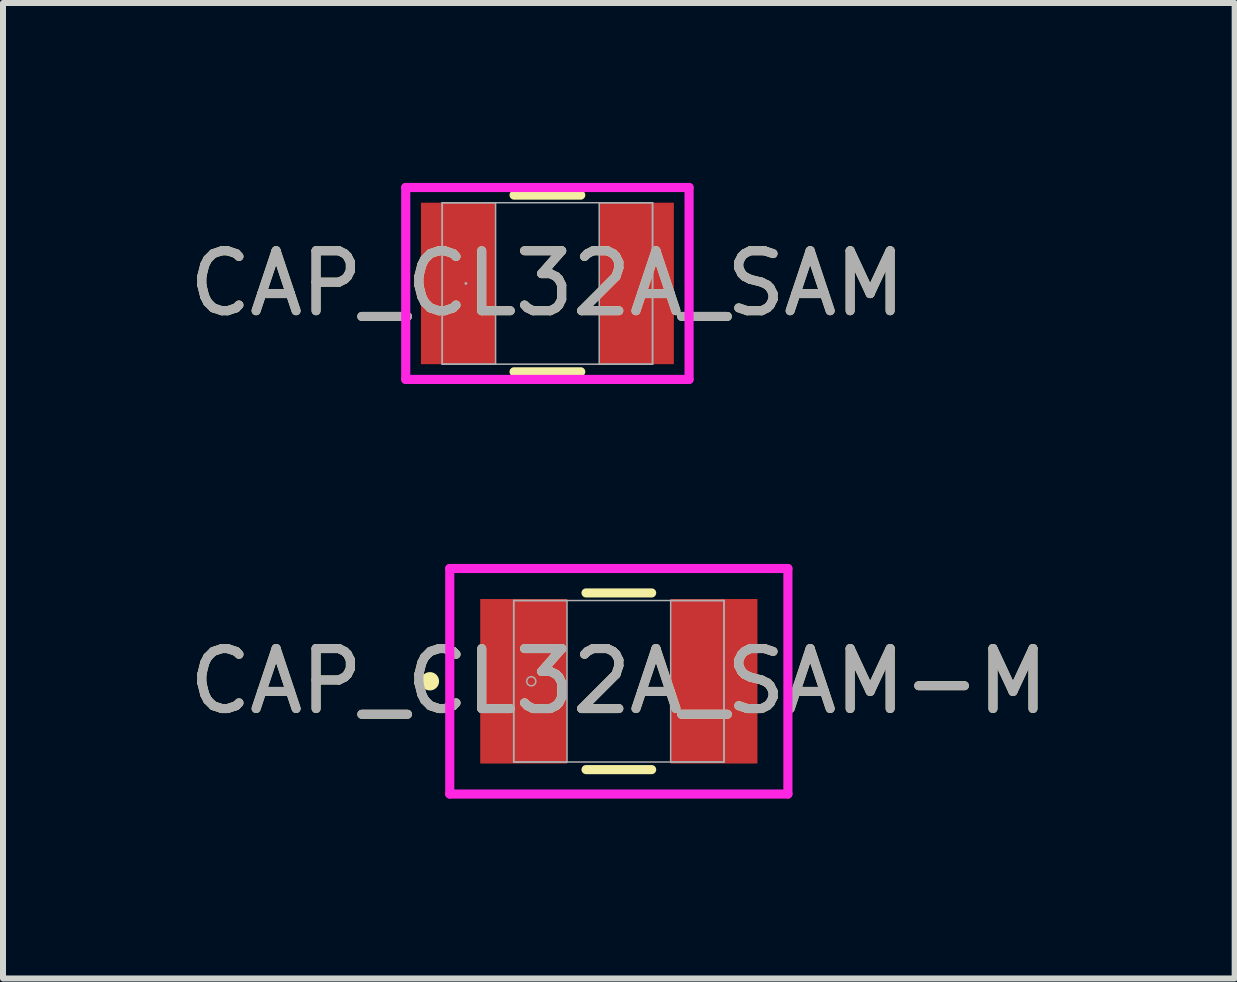
<source format=kicad_pcb>
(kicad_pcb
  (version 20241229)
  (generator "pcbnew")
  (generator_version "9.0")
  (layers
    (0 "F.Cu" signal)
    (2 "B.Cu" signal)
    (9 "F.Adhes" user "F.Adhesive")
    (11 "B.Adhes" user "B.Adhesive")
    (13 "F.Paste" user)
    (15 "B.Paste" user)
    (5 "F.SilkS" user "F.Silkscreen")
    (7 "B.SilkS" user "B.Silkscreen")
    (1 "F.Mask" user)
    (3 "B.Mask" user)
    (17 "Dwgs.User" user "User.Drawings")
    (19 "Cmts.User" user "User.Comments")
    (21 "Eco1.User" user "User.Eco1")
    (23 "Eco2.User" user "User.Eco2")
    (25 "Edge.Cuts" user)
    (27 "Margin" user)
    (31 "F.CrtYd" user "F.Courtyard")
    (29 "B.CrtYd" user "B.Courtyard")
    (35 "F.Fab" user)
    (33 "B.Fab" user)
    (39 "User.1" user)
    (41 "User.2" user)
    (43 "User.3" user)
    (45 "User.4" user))
  (footprint "CAP_CL32A_SAM-M"
    (layer "F.Cu")
    (at 7.268 8.309)
    (property "Reference" "CAP_CL32A_SAM-M" (at 0 0 0) (unlocked yes) (layer "F.SilkS") (effects (font (size 1 1) (thickness 0.15))))
    (attr smd)
    (fp_line (start -0.547 1.473) (end 0.547 1.473) (stroke (width 0.152) (type solid)) (layer "F.SilkS"))
    (fp_line (start 0.547 -1.473) (end -0.547 -1.473) (stroke (width 0.152) (type solid)) (layer "F.SilkS"))
    (fp_circle (center -3.15 0) (end -3.073 0) (stroke (width 0.152) (type solid)) (fill no) (layer "F.SilkS"))
    (fp_line (start -2.819 -1.88) (end 2.819 -1.88) (stroke (width 0.152) (type solid)) (layer "F.CrtYd"))
    (fp_line (start -2.819 1.88) (end -2.819 -1.88) (stroke (width 0.152) (type solid)) (layer "F.CrtYd"))
    (fp_line (start 2.819 -1.88) (end 2.819 1.88) (stroke (width 0.152) (type solid)) (layer "F.CrtYd"))
    (fp_line (start 2.819 1.88) (end -2.819 1.88) (stroke (width 0.152) (type solid)) (layer "F.CrtYd"))
    (fp_line (start -1.753 -1.346) (end -1.753 1.346) (stroke (width 0.025) (type solid)) (layer "F.Fab"))
    (fp_line (start -1.753 -1.346) (end -1.753 1.346) (stroke (width 0.025) (type solid)) (layer "F.Fab"))
    (fp_line (start -1.753 1.346) (end -0.864 1.346) (stroke (width 0.025) (type solid)) (layer "F.Fab"))
    (fp_line (start -1.753 1.346) (end 1.753 1.346) (stroke (width 0.025) (type solid)) (layer "F.Fab"))
    (fp_line (start -0.864 -1.346) (end -1.753 -1.346) (stroke (width 0.025) (type solid)) (layer "F.Fab"))
    (fp_line (start -0.864 1.346) (end -0.864 -1.346) (stroke (width 0.025) (type solid)) (layer "F.Fab"))
    (fp_line (start 0.864 -1.346) (end 0.864 1.346) (stroke (width 0.025) (type solid)) (layer "F.Fab"))
    (fp_line (start 0.864 1.346) (end 1.753 1.346) (stroke (width 0.025) (type solid)) (layer "F.Fab"))
    (fp_line (start 1.753 -1.346) (end -1.753 -1.346) (stroke (width 0.025) (type solid)) (layer "F.Fab"))
    (fp_line (start 1.753 -1.346) (end 0.864 -1.346) (stroke (width 0.025) (type solid)) (layer "F.Fab"))
    (fp_line (start 1.753 1.346) (end 1.753 -1.346) (stroke (width 0.025) (type solid)) (layer "F.Fab"))
    (fp_line (start 1.753 1.346) (end 1.753 -1.346) (stroke (width 0.025) (type solid)) (layer "F.Fab"))
    (fp_circle (center -1.46 0) (end -1.384 0) (stroke (width 0.025) (type solid)) (fill no) (layer "F.Fab"))
    (fp_text user "${REFERENCE}" (at 0 0 0) (unlocked yes) (layer "F.Fab") (effects (font (size 1 1) (thickness 0.15))))
    (pad "1" smd rect (at -1.587 0) (size 1.448 2.743) (layers "F.Cu" "F.Mask" "F.Paste"))
    (pad "2" smd rect (at 1.587 0) (size 1.448 2.743) (layers "F.Cu" "F.Mask" "F.Paste"))
    (zone (net_name "") (layer "F.Cu") (hatch full 0.508) (connect_pads) (min_thickness 0.254) (filled_areas_thickness no) (keepout (tracks not_allowed) (vias not_allowed) (pads allowed) (copperpour not_allowed) (footprints allowed)) (placement (enabled no)) (fill) (polygon (pts (xy 6.455 7.013) (xy 8.081 7.013) (xy 8.081 9.604) (xy 6.455 9.604)))))
  (footprint "CAP_CL32A_SAM"
    (layer "F.Cu")
    (at 6.077 1.676)
    (property "Reference" "CAP_CL32A_SAM" (at 0 0 0) (unlocked yes) (layer "F.SilkS") (effects (font (size 1 1) (thickness 0.15))))
    (attr smd)
    (fp_line (start -0.556 1.473) (end 0.556 1.473) (stroke (width 0.152) (type solid)) (layer "F.SilkS"))
    (fp_line (start 0.556 -1.473) (end -0.556 -1.473) (stroke (width 0.152) (type solid)) (layer "F.SilkS"))
    (fp_line (start -2.362 -1.6) (end 2.362 -1.6) (stroke (width 0.152) (type solid)) (layer "F.CrtYd"))
    (fp_line (start -2.362 1.6) (end -2.362 -1.6) (stroke (width 0.152) (type solid)) (layer "F.CrtYd"))
    (fp_line (start 2.362 -1.6) (end 2.362 1.6) (stroke (width 0.152) (type solid)) (layer "F.CrtYd"))
    (fp_line (start 2.362 1.6) (end -2.362 1.6) (stroke (width 0.152) (type solid)) (layer "F.CrtYd"))
    (fp_line (start -1.753 -1.346) (end -1.753 1.346) (stroke (width 0.025) (type solid)) (layer "F.Fab"))
    (fp_line (start -1.753 -1.346) (end -1.753 1.346) (stroke (width 0.025) (type solid)) (layer "F.Fab"))
    (fp_line (start -1.753 1.346) (end -0.864 1.346) (stroke (width 0.025) (type solid)) (layer "F.Fab"))
    (fp_line (start -1.753 1.346) (end 1.753 1.346) (stroke (width 0.025) (type solid)) (layer "F.Fab"))
    (fp_line (start -0.864 -1.346) (end -1.753 -1.346) (stroke (width 0.025) (type solid)) (layer "F.Fab"))
    (fp_line (start -0.864 1.346) (end -0.864 -1.346) (stroke (width 0.025) (type solid)) (layer "F.Fab"))
    (fp_line (start 0.864 -1.346) (end 0.864 1.346) (stroke (width 0.025) (type solid)) (layer "F.Fab"))
    (fp_line (start 0.864 1.346) (end 1.753 1.346) (stroke (width 0.025) (type solid)) (layer "F.Fab"))
    (fp_line (start 1.753 -1.346) (end -1.753 -1.346) (stroke (width 0.025) (type solid)) (layer "F.Fab"))
    (fp_line (start 1.753 -1.346) (end 0.864 -1.346) (stroke (width 0.025) (type solid)) (layer "F.Fab"))
    (fp_line (start 1.753 1.346) (end 1.753 -1.346) (stroke (width 0.025) (type solid)) (layer "F.Fab"))
    (fp_line (start 1.753 1.346) (end 1.753 -1.346) (stroke (width 0.025) (type solid)) (layer "F.Fab"))
    (fp_circle (center -1.359 0) (end -1.359 0) (stroke (width 0.025) (type solid)) (fill no) (layer "F.Fab"))
    (fp_text user "${REFERENCE}" (at 0 0 0) (unlocked yes) (layer "F.Fab") (effects (font (size 1 1) (thickness 0.15))))
    (pad "1" smd rect (at -1.486 0) (size 1.245 2.692) (layers "F.Cu" "F.Mask" "F.Paste"))
    (pad "2" smd rect (at 1.486 0) (size 1.245 2.692) (layers "F.Cu" "F.Mask" "F.Paste"))
    (zone (net_name "") (layer "F.Cu") (hatch full 0.508) (connect_pads) (min_thickness 0.254) (filled_areas_thickness no) (keepout (tracks not_allowed) (vias not_allowed) (pads allowed) (copperpour not_allowed) (footprints allowed)) (placement (enabled no)) (fill) (polygon (pts (xy 5.265 0.381) (xy 6.89 0.381) (xy 6.89 2.972) (xy 5.265 2.972)))))
  (gr_rect
    (start -3 -3)
    (end 17.536 13.264)
    (stroke (width 0.1) (type default))
    (fill no)
    (layer "Edge.Cuts")))
</source>
